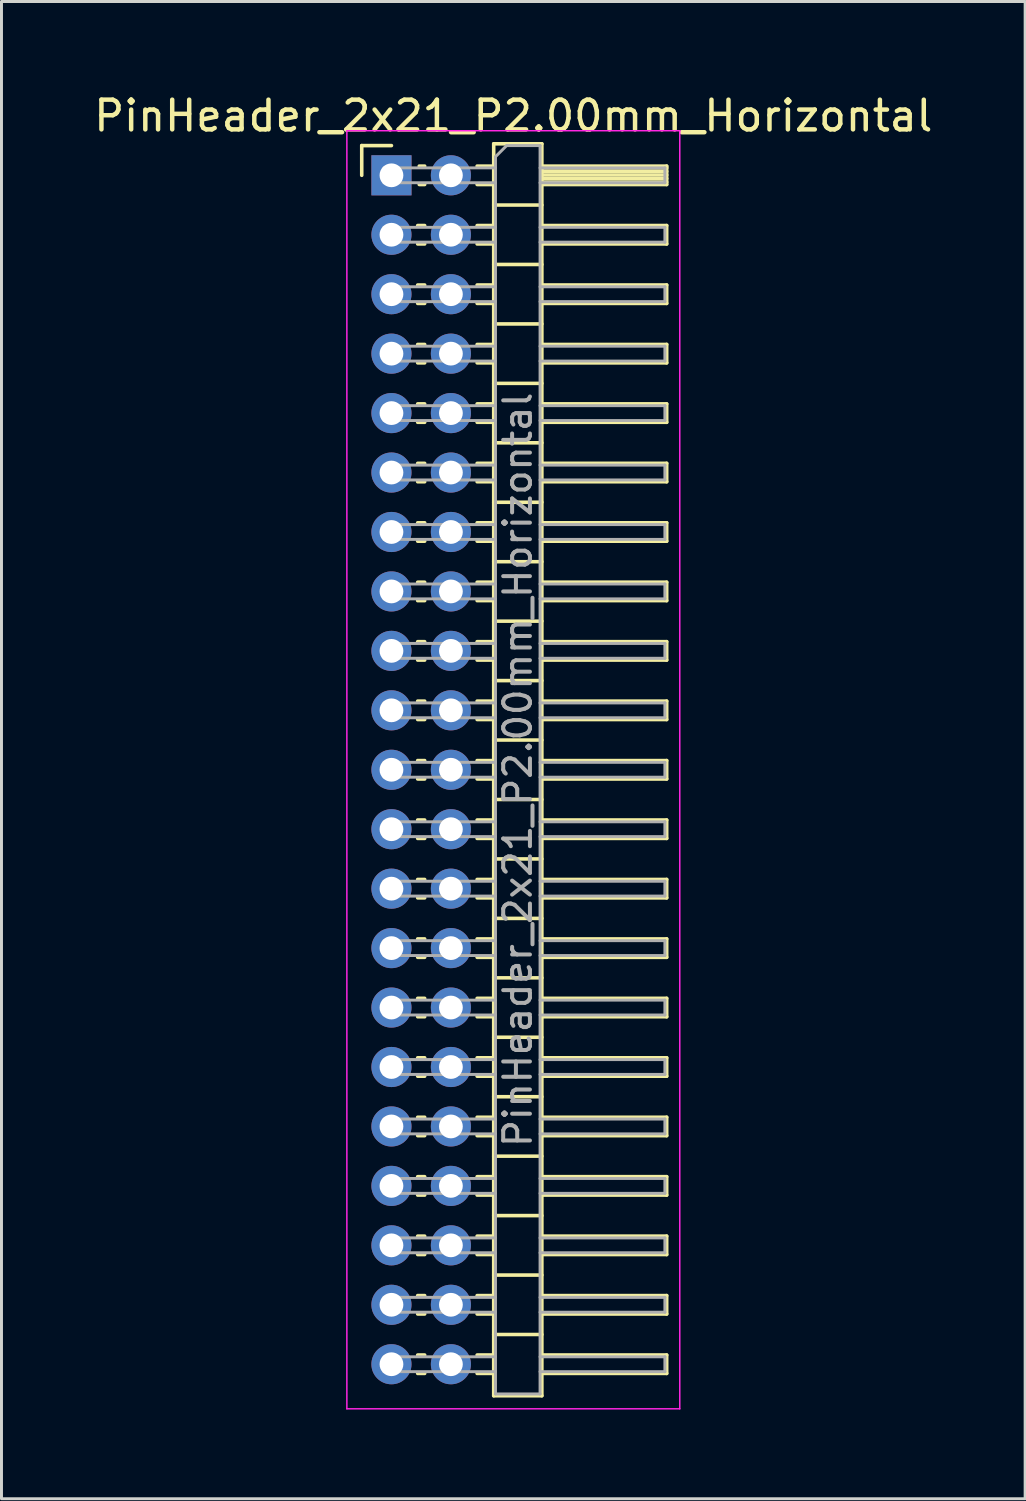
<source format=kicad_pcb>
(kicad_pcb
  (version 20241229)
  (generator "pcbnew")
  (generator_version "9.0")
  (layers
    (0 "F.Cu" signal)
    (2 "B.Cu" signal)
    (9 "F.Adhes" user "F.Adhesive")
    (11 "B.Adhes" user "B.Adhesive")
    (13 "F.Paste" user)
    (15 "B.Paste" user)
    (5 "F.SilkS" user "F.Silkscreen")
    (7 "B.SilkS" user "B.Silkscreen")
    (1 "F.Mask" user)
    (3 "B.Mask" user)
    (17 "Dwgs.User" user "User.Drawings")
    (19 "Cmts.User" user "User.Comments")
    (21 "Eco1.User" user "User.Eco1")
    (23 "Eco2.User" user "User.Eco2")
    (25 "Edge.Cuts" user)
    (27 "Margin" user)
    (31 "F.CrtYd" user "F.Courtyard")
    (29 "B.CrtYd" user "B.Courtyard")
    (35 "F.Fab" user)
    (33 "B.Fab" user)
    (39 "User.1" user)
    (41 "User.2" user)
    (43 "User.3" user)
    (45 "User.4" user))
  (footprint "PinHeader_2x21_P2.00mm_Horizontal"
    (layer "F.Cu")
    (at 10.12 2.848)
    (property "Reference" "PinHeader_2x21_P2.00mm_Horizontal" (at 4.1 -2 0) (layer "F.SilkS") (effects (font (size 1 1) (thickness 0.15))))
    (attr through_hole)
    (fp_line (start -1 -1) (end 0 -1) (stroke (width 0.12) (type solid)) (layer "F.SilkS"))
    (fp_line (start -1 0) (end -1 -1) (stroke (width 0.12) (type solid)) (layer "F.SilkS"))
    (fp_line (start 0.882 1.69) (end 1.118 1.69) (stroke (width 0.12) (type solid)) (layer "F.SilkS"))
    (fp_line (start 0.882 2.31) (end 1.118 2.31) (stroke (width 0.12) (type solid)) (layer "F.SilkS"))
    (fp_line (start 0.882 3.69) (end 1.118 3.69) (stroke (width 0.12) (type solid)) (layer "F.SilkS"))
    (fp_line (start 0.882 4.31) (end 1.118 4.31) (stroke (width 0.12) (type solid)) (layer "F.SilkS"))
    (fp_line (start 0.882 5.69) (end 1.118 5.69) (stroke (width 0.12) (type solid)) (layer "F.SilkS"))
    (fp_line (start 0.882 6.31) (end 1.118 6.31) (stroke (width 0.12) (type solid)) (layer "F.SilkS"))
    (fp_line (start 0.882 7.69) (end 1.118 7.69) (stroke (width 0.12) (type solid)) (layer "F.SilkS"))
    (fp_line (start 0.882 8.31) (end 1.118 8.31) (stroke (width 0.12) (type solid)) (layer "F.SilkS"))
    (fp_line (start 0.882 9.69) (end 1.118 9.69) (stroke (width 0.12) (type solid)) (layer "F.SilkS"))
    (fp_line (start 0.882 10.31) (end 1.118 10.31) (stroke (width 0.12) (type solid)) (layer "F.SilkS"))
    (fp_line (start 0.882 11.69) (end 1.118 11.69) (stroke (width 0.12) (type solid)) (layer "F.SilkS"))
    (fp_line (start 0.882 12.31) (end 1.118 12.31) (stroke (width 0.12) (type solid)) (layer "F.SilkS"))
    (fp_line (start 0.882 13.69) (end 1.118 13.69) (stroke (width 0.12) (type solid)) (layer "F.SilkS"))
    (fp_line (start 0.882 14.31) (end 1.118 14.31) (stroke (width 0.12) (type solid)) (layer "F.SilkS"))
    (fp_line (start 0.882 15.69) (end 1.118 15.69) (stroke (width 0.12) (type solid)) (layer "F.SilkS"))
    (fp_line (start 0.882 16.31) (end 1.118 16.31) (stroke (width 0.12) (type solid)) (layer "F.SilkS"))
    (fp_line (start 0.882 17.69) (end 1.118 17.69) (stroke (width 0.12) (type solid)) (layer "F.SilkS"))
    (fp_line (start 0.882 18.31) (end 1.118 18.31) (stroke (width 0.12) (type solid)) (layer "F.SilkS"))
    (fp_line (start 0.882 19.69) (end 1.118 19.69) (stroke (width 0.12) (type solid)) (layer "F.SilkS"))
    (fp_line (start 0.882 20.31) (end 1.118 20.31) (stroke (width 0.12) (type solid)) (layer "F.SilkS"))
    (fp_line (start 0.882 21.69) (end 1.118 21.69) (stroke (width 0.12) (type solid)) (layer "F.SilkS"))
    (fp_line (start 0.882 22.31) (end 1.118 22.31) (stroke (width 0.12) (type solid)) (layer "F.SilkS"))
    (fp_line (start 0.882 23.69) (end 1.118 23.69) (stroke (width 0.12) (type solid)) (layer "F.SilkS"))
    (fp_line (start 0.882 24.31) (end 1.118 24.31) (stroke (width 0.12) (type solid)) (layer "F.SilkS"))
    (fp_line (start 0.882 25.69) (end 1.118 25.69) (stroke (width 0.12) (type solid)) (layer "F.SilkS"))
    (fp_line (start 0.882 26.31) (end 1.118 26.31) (stroke (width 0.12) (type solid)) (layer "F.SilkS"))
    (fp_line (start 0.882 27.69) (end 1.118 27.69) (stroke (width 0.12) (type solid)) (layer "F.SilkS"))
    (fp_line (start 0.882 28.31) (end 1.118 28.31) (stroke (width 0.12) (type solid)) (layer "F.SilkS"))
    (fp_line (start 0.882 29.69) (end 1.118 29.69) (stroke (width 0.12) (type solid)) (layer "F.SilkS"))
    (fp_line (start 0.882 30.31) (end 1.118 30.31) (stroke (width 0.12) (type solid)) (layer "F.SilkS"))
    (fp_line (start 0.882 31.69) (end 1.118 31.69) (stroke (width 0.12) (type solid)) (layer "F.SilkS"))
    (fp_line (start 0.882 32.31) (end 1.118 32.31) (stroke (width 0.12) (type solid)) (layer "F.SilkS"))
    (fp_line (start 0.882 33.69) (end 1.118 33.69) (stroke (width 0.12) (type solid)) (layer "F.SilkS"))
    (fp_line (start 0.882 34.31) (end 1.118 34.31) (stroke (width 0.12) (type solid)) (layer "F.SilkS"))
    (fp_line (start 0.882 35.69) (end 1.118 35.69) (stroke (width 0.12) (type solid)) (layer "F.SilkS"))
    (fp_line (start 0.882 36.31) (end 1.118 36.31) (stroke (width 0.12) (type solid)) (layer "F.SilkS"))
    (fp_line (start 0.882 37.69) (end 1.118 37.69) (stroke (width 0.12) (type solid)) (layer "F.SilkS"))
    (fp_line (start 0.882 38.31) (end 1.118 38.31) (stroke (width 0.12) (type solid)) (layer "F.SilkS"))
    (fp_line (start 0.882 39.69) (end 1.118 39.69) (stroke (width 0.12) (type solid)) (layer "F.SilkS"))
    (fp_line (start 0.882 40.31) (end 1.118 40.31) (stroke (width 0.12) (type solid)) (layer "F.SilkS"))
    (fp_line (start 0.935 -0.31) (end 1.118 -0.31) (stroke (width 0.12) (type solid)) (layer "F.SilkS"))
    (fp_line (start 0.935 0.31) (end 1.118 0.31) (stroke (width 0.12) (type solid)) (layer "F.SilkS"))
    (fp_line (start 2.882 -0.31) (end 3.44 -0.31) (stroke (width 0.12) (type solid)) (layer "F.SilkS"))
    (fp_line (start 2.882 0.31) (end 3.44 0.31) (stroke (width 0.12) (type solid)) (layer "F.SilkS"))
    (fp_line (start 2.882 1.69) (end 3.44 1.69) (stroke (width 0.12) (type solid)) (layer "F.SilkS"))
    (fp_line (start 2.882 2.31) (end 3.44 2.31) (stroke (width 0.12) (type solid)) (layer "F.SilkS"))
    (fp_line (start 2.882 3.69) (end 3.44 3.69) (stroke (width 0.12) (type solid)) (layer "F.SilkS"))
    (fp_line (start 2.882 4.31) (end 3.44 4.31) (stroke (width 0.12) (type solid)) (layer "F.SilkS"))
    (fp_line (start 2.882 5.69) (end 3.44 5.69) (stroke (width 0.12) (type solid)) (layer "F.SilkS"))
    (fp_line (start 2.882 6.31) (end 3.44 6.31) (stroke (width 0.12) (type solid)) (layer "F.SilkS"))
    (fp_line (start 2.882 7.69) (end 3.44 7.69) (stroke (width 0.12) (type solid)) (layer "F.SilkS"))
    (fp_line (start 2.882 8.31) (end 3.44 8.31) (stroke (width 0.12) (type solid)) (layer "F.SilkS"))
    (fp_line (start 2.882 9.69) (end 3.44 9.69) (stroke (width 0.12) (type solid)) (layer "F.SilkS"))
    (fp_line (start 2.882 10.31) (end 3.44 10.31) (stroke (width 0.12) (type solid)) (layer "F.SilkS"))
    (fp_line (start 2.882 11.69) (end 3.44 11.69) (stroke (width 0.12) (type solid)) (layer "F.SilkS"))
    (fp_line (start 2.882 12.31) (end 3.44 12.31) (stroke (width 0.12) (type solid)) (layer "F.SilkS"))
    (fp_line (start 2.882 13.69) (end 3.44 13.69) (stroke (width 0.12) (type solid)) (layer "F.SilkS"))
    (fp_line (start 2.882 14.31) (end 3.44 14.31) (stroke (width 0.12) (type solid)) (layer "F.SilkS"))
    (fp_line (start 2.882 15.69) (end 3.44 15.69) (stroke (width 0.12) (type solid)) (layer "F.SilkS"))
    (fp_line (start 2.882 16.31) (end 3.44 16.31) (stroke (width 0.12) (type solid)) (layer "F.SilkS"))
    (fp_line (start 2.882 17.69) (end 3.44 17.69) (stroke (width 0.12) (type solid)) (layer "F.SilkS"))
    (fp_line (start 2.882 18.31) (end 3.44 18.31) (stroke (width 0.12) (type solid)) (layer "F.SilkS"))
    (fp_line (start 2.882 19.69) (end 3.44 19.69) (stroke (width 0.12) (type solid)) (layer "F.SilkS"))
    (fp_line (start 2.882 20.31) (end 3.44 20.31) (stroke (width 0.12) (type solid)) (layer "F.SilkS"))
    (fp_line (start 2.882 21.69) (end 3.44 21.69) (stroke (width 0.12) (type solid)) (layer "F.SilkS"))
    (fp_line (start 2.882 22.31) (end 3.44 22.31) (stroke (width 0.12) (type solid)) (layer "F.SilkS"))
    (fp_line (start 2.882 23.69) (end 3.44 23.69) (stroke (width 0.12) (type solid)) (layer "F.SilkS"))
    (fp_line (start 2.882 24.31) (end 3.44 24.31) (stroke (width 0.12) (type solid)) (layer "F.SilkS"))
    (fp_line (start 2.882 25.69) (end 3.44 25.69) (stroke (width 0.12) (type solid)) (layer "F.SilkS"))
    (fp_line (start 2.882 26.31) (end 3.44 26.31) (stroke (width 0.12) (type solid)) (layer "F.SilkS"))
    (fp_line (start 2.882 27.69) (end 3.44 27.69) (stroke (width 0.12) (type solid)) (layer "F.SilkS"))
    (fp_line (start 2.882 28.31) (end 3.44 28.31) (stroke (width 0.12) (type solid)) (layer "F.SilkS"))
    (fp_line (start 2.882 29.69) (end 3.44 29.69) (stroke (width 0.12) (type solid)) (layer "F.SilkS"))
    (fp_line (start 2.882 30.31) (end 3.44 30.31) (stroke (width 0.12) (type solid)) (layer "F.SilkS"))
    (fp_line (start 2.882 31.69) (end 3.44 31.69) (stroke (width 0.12) (type solid)) (layer "F.SilkS"))
    (fp_line (start 2.882 32.31) (end 3.44 32.31) (stroke (width 0.12) (type solid)) (layer "F.SilkS"))
    (fp_line (start 2.882 33.69) (end 3.44 33.69) (stroke (width 0.12) (type solid)) (layer "F.SilkS"))
    (fp_line (start 2.882 34.31) (end 3.44 34.31) (stroke (width 0.12) (type solid)) (layer "F.SilkS"))
    (fp_line (start 2.882 35.69) (end 3.44 35.69) (stroke (width 0.12) (type solid)) (layer "F.SilkS"))
    (fp_line (start 2.882 36.31) (end 3.44 36.31) (stroke (width 0.12) (type solid)) (layer "F.SilkS"))
    (fp_line (start 2.882 37.69) (end 3.44 37.69) (stroke (width 0.12) (type solid)) (layer "F.SilkS"))
    (fp_line (start 2.882 38.31) (end 3.44 38.31) (stroke (width 0.12) (type solid)) (layer "F.SilkS"))
    (fp_line (start 2.882 39.69) (end 3.44 39.69) (stroke (width 0.12) (type solid)) (layer "F.SilkS"))
    (fp_line (start 2.882 40.31) (end 3.44 40.31) (stroke (width 0.12) (type solid)) (layer "F.SilkS"))
    (fp_line (start 3.44 -1.06) (end 3.44 41.06) (stroke (width 0.12) (type solid)) (layer "F.SilkS"))
    (fp_line (start 3.44 1) (end 5.06 1) (stroke (width 0.12) (type solid)) (layer "F.SilkS"))
    (fp_line (start 3.44 3) (end 5.06 3) (stroke (width 0.12) (type solid)) (layer "F.SilkS"))
    (fp_line (start 3.44 5) (end 5.06 5) (stroke (width 0.12) (type solid)) (layer "F.SilkS"))
    (fp_line (start 3.44 7) (end 5.06 7) (stroke (width 0.12) (type solid)) (layer "F.SilkS"))
    (fp_line (start 3.44 9) (end 5.06 9) (stroke (width 0.12) (type solid)) (layer "F.SilkS"))
    (fp_line (start 3.44 11) (end 5.06 11) (stroke (width 0.12) (type solid)) (layer "F.SilkS"))
    (fp_line (start 3.44 13) (end 5.06 13) (stroke (width 0.12) (type solid)) (layer "F.SilkS"))
    (fp_line (start 3.44 15) (end 5.06 15) (stroke (width 0.12) (type solid)) (layer "F.SilkS"))
    (fp_line (start 3.44 17) (end 5.06 17) (stroke (width 0.12) (type solid)) (layer "F.SilkS"))
    (fp_line (start 3.44 19) (end 5.06 19) (stroke (width 0.12) (type solid)) (layer "F.SilkS"))
    (fp_line (start 3.44 21) (end 5.06 21) (stroke (width 0.12) (type solid)) (layer "F.SilkS"))
    (fp_line (start 3.44 23) (end 5.06 23) (stroke (width 0.12) (type solid)) (layer "F.SilkS"))
    (fp_line (start 3.44 25) (end 5.06 25) (stroke (width 0.12) (type solid)) (layer "F.SilkS"))
    (fp_line (start 3.44 27) (end 5.06 27) (stroke (width 0.12) (type solid)) (layer "F.SilkS"))
    (fp_line (start 3.44 29) (end 5.06 29) (stroke (width 0.12) (type solid)) (layer "F.SilkS"))
    (fp_line (start 3.44 31) (end 5.06 31) (stroke (width 0.12) (type solid)) (layer "F.SilkS"))
    (fp_line (start 3.44 33) (end 5.06 33) (stroke (width 0.12) (type solid)) (layer "F.SilkS"))
    (fp_line (start 3.44 35) (end 5.06 35) (stroke (width 0.12) (type solid)) (layer "F.SilkS"))
    (fp_line (start 3.44 37) (end 5.06 37) (stroke (width 0.12) (type solid)) (layer "F.SilkS"))
    (fp_line (start 3.44 39) (end 5.06 39) (stroke (width 0.12) (type solid)) (layer "F.SilkS"))
    (fp_line (start 3.44 41.06) (end 5.06 41.06) (stroke (width 0.12) (type solid)) (layer "F.SilkS"))
    (fp_line (start 5.06 -1.06) (end 3.44 -1.06) (stroke (width 0.12) (type solid)) (layer "F.SilkS"))
    (fp_line (start 5.06 -0.31) (end 9.26 -0.31) (stroke (width 0.12) (type solid)) (layer "F.SilkS"))
    (fp_line (start 5.06 -0.25) (end 9.26 -0.25) (stroke (width 0.12) (type solid)) (layer "F.SilkS"))
    (fp_line (start 5.06 -0.13) (end 9.26 -0.13) (stroke (width 0.12) (type solid)) (layer "F.SilkS"))
    (fp_line (start 5.06 -0.01) (end 9.26 -0.01) (stroke (width 0.12) (type solid)) (layer "F.SilkS"))
    (fp_line (start 5.06 0.11) (end 9.26 0.11) (stroke (width 0.12) (type solid)) (layer "F.SilkS"))
    (fp_line (start 5.06 0.23) (end 9.26 0.23) (stroke (width 0.12) (type solid)) (layer "F.SilkS"))
    (fp_line (start 5.06 1.69) (end 9.26 1.69) (stroke (width 0.12) (type solid)) (layer "F.SilkS"))
    (fp_line (start 5.06 3.69) (end 9.26 3.69) (stroke (width 0.12) (type solid)) (layer "F.SilkS"))
    (fp_line (start 5.06 5.69) (end 9.26 5.69) (stroke (width 0.12) (type solid)) (layer "F.SilkS"))
    (fp_line (start 5.06 7.69) (end 9.26 7.69) (stroke (width 0.12) (type solid)) (layer "F.SilkS"))
    (fp_line (start 5.06 9.69) (end 9.26 9.69) (stroke (width 0.12) (type solid)) (layer "F.SilkS"))
    (fp_line (start 5.06 11.69) (end 9.26 11.69) (stroke (width 0.12) (type solid)) (layer "F.SilkS"))
    (fp_line (start 5.06 13.69) (end 9.26 13.69) (stroke (width 0.12) (type solid)) (layer "F.SilkS"))
    (fp_line (start 5.06 15.69) (end 9.26 15.69) (stroke (width 0.12) (type solid)) (layer "F.SilkS"))
    (fp_line (start 5.06 17.69) (end 9.26 17.69) (stroke (width 0.12) (type solid)) (layer "F.SilkS"))
    (fp_line (start 5.06 19.69) (end 9.26 19.69) (stroke (width 0.12) (type solid)) (layer "F.SilkS"))
    (fp_line (start 5.06 21.69) (end 9.26 21.69) (stroke (width 0.12) (type solid)) (layer "F.SilkS"))
    (fp_line (start 5.06 23.69) (end 9.26 23.69) (stroke (width 0.12) (type solid)) (layer "F.SilkS"))
    (fp_line (start 5.06 25.69) (end 9.26 25.69) (stroke (width 0.12) (type solid)) (layer "F.SilkS"))
    (fp_line (start 5.06 27.69) (end 9.26 27.69) (stroke (width 0.12) (type solid)) (layer "F.SilkS"))
    (fp_line (start 5.06 29.69) (end 9.26 29.69) (stroke (width 0.12) (type solid)) (layer "F.SilkS"))
    (fp_line (start 5.06 31.69) (end 9.26 31.69) (stroke (width 0.12) (type solid)) (layer "F.SilkS"))
    (fp_line (start 5.06 33.69) (end 9.26 33.69) (stroke (width 0.12) (type solid)) (layer "F.SilkS"))
    (fp_line (start 5.06 35.69) (end 9.26 35.69) (stroke (width 0.12) (type solid)) (layer "F.SilkS"))
    (fp_line (start 5.06 37.69) (end 9.26 37.69) (stroke (width 0.12) (type solid)) (layer "F.SilkS"))
    (fp_line (start 5.06 39.69) (end 9.26 39.69) (stroke (width 0.12) (type solid)) (layer "F.SilkS"))
    (fp_line (start 5.06 41.06) (end 5.06 -1.06) (stroke (width 0.12) (type solid)) (layer "F.SilkS"))
    (fp_line (start 9.26 -0.31) (end 9.26 0.31) (stroke (width 0.12) (type solid)) (layer "F.SilkS"))
    (fp_line (start 9.26 0.31) (end 5.06 0.31) (stroke (width 0.12) (type solid)) (layer "F.SilkS"))
    (fp_line (start 9.26 1.69) (end 9.26 2.31) (stroke (width 0.12) (type solid)) (layer "F.SilkS"))
    (fp_line (start 9.26 2.31) (end 5.06 2.31) (stroke (width 0.12) (type solid)) (layer "F.SilkS"))
    (fp_line (start 9.26 3.69) (end 9.26 4.31) (stroke (width 0.12) (type solid)) (layer "F.SilkS"))
    (fp_line (start 9.26 4.31) (end 5.06 4.31) (stroke (width 0.12) (type solid)) (layer "F.SilkS"))
    (fp_line (start 9.26 5.69) (end 9.26 6.31) (stroke (width 0.12) (type solid)) (layer "F.SilkS"))
    (fp_line (start 9.26 6.31) (end 5.06 6.31) (stroke (width 0.12) (type solid)) (layer "F.SilkS"))
    (fp_line (start 9.26 7.69) (end 9.26 8.31) (stroke (width 0.12) (type solid)) (layer "F.SilkS"))
    (fp_line (start 9.26 8.31) (end 5.06 8.31) (stroke (width 0.12) (type solid)) (layer "F.SilkS"))
    (fp_line (start 9.26 9.69) (end 9.26 10.31) (stroke (width 0.12) (type solid)) (layer "F.SilkS"))
    (fp_line (start 9.26 10.31) (end 5.06 10.31) (stroke (width 0.12) (type solid)) (layer "F.SilkS"))
    (fp_line (start 9.26 11.69) (end 9.26 12.31) (stroke (width 0.12) (type solid)) (layer "F.SilkS"))
    (fp_line (start 9.26 12.31) (end 5.06 12.31) (stroke (width 0.12) (type solid)) (layer "F.SilkS"))
    (fp_line (start 9.26 13.69) (end 9.26 14.31) (stroke (width 0.12) (type solid)) (layer "F.SilkS"))
    (fp_line (start 9.26 14.31) (end 5.06 14.31) (stroke (width 0.12) (type solid)) (layer "F.SilkS"))
    (fp_line (start 9.26 15.69) (end 9.26 16.31) (stroke (width 0.12) (type solid)) (layer "F.SilkS"))
    (fp_line (start 9.26 16.31) (end 5.06 16.31) (stroke (width 0.12) (type solid)) (layer "F.SilkS"))
    (fp_line (start 9.26 17.69) (end 9.26 18.31) (stroke (width 0.12) (type solid)) (layer "F.SilkS"))
    (fp_line (start 9.26 18.31) (end 5.06 18.31) (stroke (width 0.12) (type solid)) (layer "F.SilkS"))
    (fp_line (start 9.26 19.69) (end 9.26 20.31) (stroke (width 0.12) (type solid)) (layer "F.SilkS"))
    (fp_line (start 9.26 20.31) (end 5.06 20.31) (stroke (width 0.12) (type solid)) (layer "F.SilkS"))
    (fp_line (start 9.26 21.69) (end 9.26 22.31) (stroke (width 0.12) (type solid)) (layer "F.SilkS"))
    (fp_line (start 9.26 22.31) (end 5.06 22.31) (stroke (width 0.12) (type solid)) (layer "F.SilkS"))
    (fp_line (start 9.26 23.69) (end 9.26 24.31) (stroke (width 0.12) (type solid)) (layer "F.SilkS"))
    (fp_line (start 9.26 24.31) (end 5.06 24.31) (stroke (width 0.12) (type solid)) (layer "F.SilkS"))
    (fp_line (start 9.26 25.69) (end 9.26 26.31) (stroke (width 0.12) (type solid)) (layer "F.SilkS"))
    (fp_line (start 9.26 26.31) (end 5.06 26.31) (stroke (width 0.12) (type solid)) (layer "F.SilkS"))
    (fp_line (start 9.26 27.69) (end 9.26 28.31) (stroke (width 0.12) (type solid)) (layer "F.SilkS"))
    (fp_line (start 9.26 28.31) (end 5.06 28.31) (stroke (width 0.12) (type solid)) (layer "F.SilkS"))
    (fp_line (start 9.26 29.69) (end 9.26 30.31) (stroke (width 0.12) (type solid)) (layer "F.SilkS"))
    (fp_line (start 9.26 30.31) (end 5.06 30.31) (stroke (width 0.12) (type solid)) (layer "F.SilkS"))
    (fp_line (start 9.26 31.69) (end 9.26 32.31) (stroke (width 0.12) (type solid)) (layer "F.SilkS"))
    (fp_line (start 9.26 32.31) (end 5.06 32.31) (stroke (width 0.12) (type solid)) (layer "F.SilkS"))
    (fp_line (start 9.26 33.69) (end 9.26 34.31) (stroke (width 0.12) (type solid)) (layer "F.SilkS"))
    (fp_line (start 9.26 34.31) (end 5.06 34.31) (stroke (width 0.12) (type solid)) (layer "F.SilkS"))
    (fp_line (start 9.26 35.69) (end 9.26 36.31) (stroke (width 0.12) (type solid)) (layer "F.SilkS"))
    (fp_line (start 9.26 36.31) (end 5.06 36.31) (stroke (width 0.12) (type solid)) (layer "F.SilkS"))
    (fp_line (start 9.26 37.69) (end 9.26 38.31) (stroke (width 0.12) (type solid)) (layer "F.SilkS"))
    (fp_line (start 9.26 38.31) (end 5.06 38.31) (stroke (width 0.12) (type solid)) (layer "F.SilkS"))
    (fp_line (start 9.26 39.69) (end 9.26 40.31) (stroke (width 0.12) (type solid)) (layer "F.SilkS"))
    (fp_line (start 9.26 40.31) (end 5.06 40.31) (stroke (width 0.12) (type solid)) (layer "F.SilkS"))
    (fp_line (start -1.5 -1.5) (end -1.5 41.5) (stroke (width 0.05) (type solid)) (layer "F.CrtYd"))
    (fp_line (start -1.5 41.5) (end 9.7 41.5) (stroke (width 0.05) (type solid)) (layer "F.CrtYd"))
    (fp_line (start 9.7 -1.5) (end -1.5 -1.5) (stroke (width 0.05) (type solid)) (layer "F.CrtYd"))
    (fp_line (start 9.7 41.5) (end 9.7 -1.5) (stroke (width 0.05) (type solid)) (layer "F.CrtYd"))
    (fp_line (start -0.25 -0.25) (end -0.25 0.25) (stroke (width 0.1) (type solid)) (layer "F.Fab"))
    (fp_line (start -0.25 -0.25) (end 3.5 -0.25) (stroke (width 0.1) (type solid)) (layer "F.Fab"))
    (fp_line (start -0.25 0.25) (end 3.5 0.25) (stroke (width 0.1) (type solid)) (layer "F.Fab"))
    (fp_line (start -0.25 1.75) (end -0.25 2.25) (stroke (width 0.1) (type solid)) (layer "F.Fab"))
    (fp_line (start -0.25 1.75) (end 3.5 1.75) (stroke (width 0.1) (type solid)) (layer "F.Fab"))
    (fp_line (start -0.25 2.25) (end 3.5 2.25) (stroke (width 0.1) (type solid)) (layer "F.Fab"))
    (fp_line (start -0.25 3.75) (end -0.25 4.25) (stroke (width 0.1) (type solid)) (layer "F.Fab"))
    (fp_line (start -0.25 3.75) (end 3.5 3.75) (stroke (width 0.1) (type solid)) (layer "F.Fab"))
    (fp_line (start -0.25 4.25) (end 3.5 4.25) (stroke (width 0.1) (type solid)) (layer "F.Fab"))
    (fp_line (start -0.25 5.75) (end -0.25 6.25) (stroke (width 0.1) (type solid)) (layer "F.Fab"))
    (fp_line (start -0.25 5.75) (end 3.5 5.75) (stroke (width 0.1) (type solid)) (layer "F.Fab"))
    (fp_line (start -0.25 6.25) (end 3.5 6.25) (stroke (width 0.1) (type solid)) (layer "F.Fab"))
    (fp_line (start -0.25 7.75) (end -0.25 8.25) (stroke (width 0.1) (type solid)) (layer "F.Fab"))
    (fp_line (start -0.25 7.75) (end 3.5 7.75) (stroke (width 0.1) (type solid)) (layer "F.Fab"))
    (fp_line (start -0.25 8.25) (end 3.5 8.25) (stroke (width 0.1) (type solid)) (layer "F.Fab"))
    (fp_line (start -0.25 9.75) (end -0.25 10.25) (stroke (width 0.1) (type solid)) (layer "F.Fab"))
    (fp_line (start -0.25 9.75) (end 3.5 9.75) (stroke (width 0.1) (type solid)) (layer "F.Fab"))
    (fp_line (start -0.25 10.25) (end 3.5 10.25) (stroke (width 0.1) (type solid)) (layer "F.Fab"))
    (fp_line (start -0.25 11.75) (end -0.25 12.25) (stroke (width 0.1) (type solid)) (layer "F.Fab"))
    (fp_line (start -0.25 11.75) (end 3.5 11.75) (stroke (width 0.1) (type solid)) (layer "F.Fab"))
    (fp_line (start -0.25 12.25) (end 3.5 12.25) (stroke (width 0.1) (type solid)) (layer "F.Fab"))
    (fp_line (start -0.25 13.75) (end -0.25 14.25) (stroke (width 0.1) (type solid)) (layer "F.Fab"))
    (fp_line (start -0.25 13.75) (end 3.5 13.75) (stroke (width 0.1) (type solid)) (layer "F.Fab"))
    (fp_line (start -0.25 14.25) (end 3.5 14.25) (stroke (width 0.1) (type solid)) (layer "F.Fab"))
    (fp_line (start -0.25 15.75) (end -0.25 16.25) (stroke (width 0.1) (type solid)) (layer "F.Fab"))
    (fp_line (start -0.25 15.75) (end 3.5 15.75) (stroke (width 0.1) (type solid)) (layer "F.Fab"))
    (fp_line (start -0.25 16.25) (end 3.5 16.25) (stroke (width 0.1) (type solid)) (layer "F.Fab"))
    (fp_line (start -0.25 17.75) (end -0.25 18.25) (stroke (width 0.1) (type solid)) (layer "F.Fab"))
    (fp_line (start -0.25 17.75) (end 3.5 17.75) (stroke (width 0.1) (type solid)) (layer "F.Fab"))
    (fp_line (start -0.25 18.25) (end 3.5 18.25) (stroke (width 0.1) (type solid)) (layer "F.Fab"))
    (fp_line (start -0.25 19.75) (end -0.25 20.25) (stroke (width 0.1) (type solid)) (layer "F.Fab"))
    (fp_line (start -0.25 19.75) (end 3.5 19.75) (stroke (width 0.1) (type solid)) (layer "F.Fab"))
    (fp_line (start -0.25 20.25) (end 3.5 20.25) (stroke (width 0.1) (type solid)) (layer "F.Fab"))
    (fp_line (start -0.25 21.75) (end -0.25 22.25) (stroke (width 0.1) (type solid)) (layer "F.Fab"))
    (fp_line (start -0.25 21.75) (end 3.5 21.75) (stroke (width 0.1) (type solid)) (layer "F.Fab"))
    (fp_line (start -0.25 22.25) (end 3.5 22.25) (stroke (width 0.1) (type solid)) (layer "F.Fab"))
    (fp_line (start -0.25 23.75) (end -0.25 24.25) (stroke (width 0.1) (type solid)) (layer "F.Fab"))
    (fp_line (start -0.25 23.75) (end 3.5 23.75) (stroke (width 0.1) (type solid)) (layer "F.Fab"))
    (fp_line (start -0.25 24.25) (end 3.5 24.25) (stroke (width 0.1) (type solid)) (layer "F.Fab"))
    (fp_line (start -0.25 25.75) (end -0.25 26.25) (stroke (width 0.1) (type solid)) (layer "F.Fab"))
    (fp_line (start -0.25 25.75) (end 3.5 25.75) (stroke (width 0.1) (type solid)) (layer "F.Fab"))
    (fp_line (start -0.25 26.25) (end 3.5 26.25) (stroke (width 0.1) (type solid)) (layer "F.Fab"))
    (fp_line (start -0.25 27.75) (end -0.25 28.25) (stroke (width 0.1) (type solid)) (layer "F.Fab"))
    (fp_line (start -0.25 27.75) (end 3.5 27.75) (stroke (width 0.1) (type solid)) (layer "F.Fab"))
    (fp_line (start -0.25 28.25) (end 3.5 28.25) (stroke (width 0.1) (type solid)) (layer "F.Fab"))
    (fp_line (start -0.25 29.75) (end -0.25 30.25) (stroke (width 0.1) (type solid)) (layer "F.Fab"))
    (fp_line (start -0.25 29.75) (end 3.5 29.75) (stroke (width 0.1) (type solid)) (layer "F.Fab"))
    (fp_line (start -0.25 30.25) (end 3.5 30.25) (stroke (width 0.1) (type solid)) (layer "F.Fab"))
    (fp_line (start -0.25 31.75) (end -0.25 32.25) (stroke (width 0.1) (type solid)) (layer "F.Fab"))
    (fp_line (start -0.25 31.75) (end 3.5 31.75) (stroke (width 0.1) (type solid)) (layer "F.Fab"))
    (fp_line (start -0.25 32.25) (end 3.5 32.25) (stroke (width 0.1) (type solid)) (layer "F.Fab"))
    (fp_line (start -0.25 33.75) (end -0.25 34.25) (stroke (width 0.1) (type solid)) (layer "F.Fab"))
    (fp_line (start -0.25 33.75) (end 3.5 33.75) (stroke (width 0.1) (type solid)) (layer "F.Fab"))
    (fp_line (start -0.25 34.25) (end 3.5 34.25) (stroke (width 0.1) (type solid)) (layer "F.Fab"))
    (fp_line (start -0.25 35.75) (end -0.25 36.25) (stroke (width 0.1) (type solid)) (layer "F.Fab"))
    (fp_line (start -0.25 35.75) (end 3.5 35.75) (stroke (width 0.1) (type solid)) (layer "F.Fab"))
    (fp_line (start -0.25 36.25) (end 3.5 36.25) (stroke (width 0.1) (type solid)) (layer "F.Fab"))
    (fp_line (start -0.25 37.75) (end -0.25 38.25) (stroke (width 0.1) (type solid)) (layer "F.Fab"))
    (fp_line (start -0.25 37.75) (end 3.5 37.75) (stroke (width 0.1) (type solid)) (layer "F.Fab"))
    (fp_line (start -0.25 38.25) (end 3.5 38.25) (stroke (width 0.1) (type solid)) (layer "F.Fab"))
    (fp_line (start -0.25 39.75) (end -0.25 40.25) (stroke (width 0.1) (type solid)) (layer "F.Fab"))
    (fp_line (start -0.25 39.75) (end 3.5 39.75) (stroke (width 0.1) (type solid)) (layer "F.Fab"))
    (fp_line (start -0.25 40.25) (end 3.5 40.25) (stroke (width 0.1) (type solid)) (layer "F.Fab"))
    (fp_line (start 3.5 -0.625) (end 3.875 -1) (stroke (width 0.1) (type solid)) (layer "F.Fab"))
    (fp_line (start 3.5 41) (end 3.5 -0.625) (stroke (width 0.1) (type solid)) (layer "F.Fab"))
    (fp_line (start 3.875 -1) (end 5 -1) (stroke (width 0.1) (type solid)) (layer "F.Fab"))
    (fp_line (start 5 -1) (end 5 41) (stroke (width 0.1) (type solid)) (layer "F.Fab"))
    (fp_line (start 5 -0.25) (end 9.2 -0.25) (stroke (width 0.1) (type solid)) (layer "F.Fab"))
    (fp_line (start 5 0.25) (end 9.2 0.25) (stroke (width 0.1) (type solid)) (layer "F.Fab"))
    (fp_line (start 5 1.75) (end 9.2 1.75) (stroke (width 0.1) (type solid)) (layer "F.Fab"))
    (fp_line (start 5 2.25) (end 9.2 2.25) (stroke (width 0.1) (type solid)) (layer "F.Fab"))
    (fp_line (start 5 3.75) (end 9.2 3.75) (stroke (width 0.1) (type solid)) (layer "F.Fab"))
    (fp_line (start 5 4.25) (end 9.2 4.25) (stroke (width 0.1) (type solid)) (layer "F.Fab"))
    (fp_line (start 5 5.75) (end 9.2 5.75) (stroke (width 0.1) (type solid)) (layer "F.Fab"))
    (fp_line (start 5 6.25) (end 9.2 6.25) (stroke (width 0.1) (type solid)) (layer "F.Fab"))
    (fp_line (start 5 7.75) (end 9.2 7.75) (stroke (width 0.1) (type solid)) (layer "F.Fab"))
    (fp_line (start 5 8.25) (end 9.2 8.25) (stroke (width 0.1) (type solid)) (layer "F.Fab"))
    (fp_line (start 5 9.75) (end 9.2 9.75) (stroke (width 0.1) (type solid)) (layer "F.Fab"))
    (fp_line (start 5 10.25) (end 9.2 10.25) (stroke (width 0.1) (type solid)) (layer "F.Fab"))
    (fp_line (start 5 11.75) (end 9.2 11.75) (stroke (width 0.1) (type solid)) (layer "F.Fab"))
    (fp_line (start 5 12.25) (end 9.2 12.25) (stroke (width 0.1) (type solid)) (layer "F.Fab"))
    (fp_line (start 5 13.75) (end 9.2 13.75) (stroke (width 0.1) (type solid)) (layer "F.Fab"))
    (fp_line (start 5 14.25) (end 9.2 14.25) (stroke (width 0.1) (type solid)) (layer "F.Fab"))
    (fp_line (start 5 15.75) (end 9.2 15.75) (stroke (width 0.1) (type solid)) (layer "F.Fab"))
    (fp_line (start 5 16.25) (end 9.2 16.25) (stroke (width 0.1) (type solid)) (layer "F.Fab"))
    (fp_line (start 5 17.75) (end 9.2 17.75) (stroke (width 0.1) (type solid)) (layer "F.Fab"))
    (fp_line (start 5 18.25) (end 9.2 18.25) (stroke (width 0.1) (type solid)) (layer "F.Fab"))
    (fp_line (start 5 19.75) (end 9.2 19.75) (stroke (width 0.1) (type solid)) (layer "F.Fab"))
    (fp_line (start 5 20.25) (end 9.2 20.25) (stroke (width 0.1) (type solid)) (layer "F.Fab"))
    (fp_line (start 5 21.75) (end 9.2 21.75) (stroke (width 0.1) (type solid)) (layer "F.Fab"))
    (fp_line (start 5 22.25) (end 9.2 22.25) (stroke (width 0.1) (type solid)) (layer "F.Fab"))
    (fp_line (start 5 23.75) (end 9.2 23.75) (stroke (width 0.1) (type solid)) (layer "F.Fab"))
    (fp_line (start 5 24.25) (end 9.2 24.25) (stroke (width 0.1) (type solid)) (layer "F.Fab"))
    (fp_line (start 5 25.75) (end 9.2 25.75) (stroke (width 0.1) (type solid)) (layer "F.Fab"))
    (fp_line (start 5 26.25) (end 9.2 26.25) (stroke (width 0.1) (type solid)) (layer "F.Fab"))
    (fp_line (start 5 27.75) (end 9.2 27.75) (stroke (width 0.1) (type solid)) (layer "F.Fab"))
    (fp_line (start 5 28.25) (end 9.2 28.25) (stroke (width 0.1) (type solid)) (layer "F.Fab"))
    (fp_line (start 5 29.75) (end 9.2 29.75) (stroke (width 0.1) (type solid)) (layer "F.Fab"))
    (fp_line (start 5 30.25) (end 9.2 30.25) (stroke (width 0.1) (type solid)) (layer "F.Fab"))
    (fp_line (start 5 31.75) (end 9.2 31.75) (stroke (width 0.1) (type solid)) (layer "F.Fab"))
    (fp_line (start 5 32.25) (end 9.2 32.25) (stroke (width 0.1) (type solid)) (layer "F.Fab"))
    (fp_line (start 5 33.75) (end 9.2 33.75) (stroke (width 0.1) (type solid)) (layer "F.Fab"))
    (fp_line (start 5 34.25) (end 9.2 34.25) (stroke (width 0.1) (type solid)) (layer "F.Fab"))
    (fp_line (start 5 35.75) (end 9.2 35.75) (stroke (width 0.1) (type solid)) (layer "F.Fab"))
    (fp_line (start 5 36.25) (end 9.2 36.25) (stroke (width 0.1) (type solid)) (layer "F.Fab"))
    (fp_line (start 5 37.75) (end 9.2 37.75) (stroke (width 0.1) (type solid)) (layer "F.Fab"))
    (fp_line (start 5 38.25) (end 9.2 38.25) (stroke (width 0.1) (type solid)) (layer "F.Fab"))
    (fp_line (start 5 39.75) (end 9.2 39.75) (stroke (width 0.1) (type solid)) (layer "F.Fab"))
    (fp_line (start 5 40.25) (end 9.2 40.25) (stroke (width 0.1) (type solid)) (layer "F.Fab"))
    (fp_line (start 5 41) (end 3.5 41) (stroke (width 0.1) (type solid)) (layer "F.Fab"))
    (fp_line (start 9.2 -0.25) (end 9.2 0.25) (stroke (width 0.1) (type solid)) (layer "F.Fab"))
    (fp_line (start 9.2 1.75) (end 9.2 2.25) (stroke (width 0.1) (type solid)) (layer "F.Fab"))
    (fp_line (start 9.2 3.75) (end 9.2 4.25) (stroke (width 0.1) (type solid)) (layer "F.Fab"))
    (fp_line (start 9.2 5.75) (end 9.2 6.25) (stroke (width 0.1) (type solid)) (layer "F.Fab"))
    (fp_line (start 9.2 7.75) (end 9.2 8.25) (stroke (width 0.1) (type solid)) (layer "F.Fab"))
    (fp_line (start 9.2 9.75) (end 9.2 10.25) (stroke (width 0.1) (type solid)) (layer "F.Fab"))
    (fp_line (start 9.2 11.75) (end 9.2 12.25) (stroke (width 0.1) (type solid)) (layer "F.Fab"))
    (fp_line (start 9.2 13.75) (end 9.2 14.25) (stroke (width 0.1) (type solid)) (layer "F.Fab"))
    (fp_line (start 9.2 15.75) (end 9.2 16.25) (stroke (width 0.1) (type solid)) (layer "F.Fab"))
    (fp_line (start 9.2 17.75) (end 9.2 18.25) (stroke (width 0.1) (type solid)) (layer "F.Fab"))
    (fp_line (start 9.2 19.75) (end 9.2 20.25) (stroke (width 0.1) (type solid)) (layer "F.Fab"))
    (fp_line (start 9.2 21.75) (end 9.2 22.25) (stroke (width 0.1) (type solid)) (layer "F.Fab"))
    (fp_line (start 9.2 23.75) (end 9.2 24.25) (stroke (width 0.1) (type solid)) (layer "F.Fab"))
    (fp_line (start 9.2 25.75) (end 9.2 26.25) (stroke (width 0.1) (type solid)) (layer "F.Fab"))
    (fp_line (start 9.2 27.75) (end 9.2 28.25) (stroke (width 0.1) (type solid)) (layer "F.Fab"))
    (fp_line (start 9.2 29.75) (end 9.2 30.25) (stroke (width 0.1) (type solid)) (layer "F.Fab"))
    (fp_line (start 9.2 31.75) (end 9.2 32.25) (stroke (width 0.1) (type solid)) (layer "F.Fab"))
    (fp_line (start 9.2 33.75) (end 9.2 34.25) (stroke (width 0.1) (type solid)) (layer "F.Fab"))
    (fp_line (start 9.2 35.75) (end 9.2 36.25) (stroke (width 0.1) (type solid)) (layer "F.Fab"))
    (fp_line (start 9.2 37.75) (end 9.2 38.25) (stroke (width 0.1) (type solid)) (layer "F.Fab"))
    (fp_line (start 9.2 39.75) (end 9.2 40.25) (stroke (width 0.1) (type solid)) (layer "F.Fab"))
    (fp_text user "${REFERENCE}" (at 4.25 20 90) (layer "F.Fab") (effects (font (size 0.9 0.9) (thickness 0.135))))
    (pad "1" thru_hole rect (at 0 0) (size 1.35 1.35) (drill 0.8) (layers "*.Cu" "*.Mask"))
    (pad "2" thru_hole oval (at 2 0) (size 1.35 1.35) (drill 0.8) (layers "*.Cu" "*.Mask"))
    (pad "3" thru_hole oval (at 0 2) (size 1.35 1.35) (drill 0.8) (layers "*.Cu" "*.Mask"))
    (pad "4" thru_hole oval (at 2 2) (size 1.35 1.35) (drill 0.8) (layers "*.Cu" "*.Mask"))
    (pad "5" thru_hole oval (at 0 4) (size 1.35 1.35) (drill 0.8) (layers "*.Cu" "*.Mask"))
    (pad "6" thru_hole oval (at 2 4) (size 1.35 1.35) (drill 0.8) (layers "*.Cu" "*.Mask"))
    (pad "7" thru_hole oval (at 0 6) (size 1.35 1.35) (drill 0.8) (layers "*.Cu" "*.Mask"))
    (pad "8" thru_hole oval (at 2 6) (size 1.35 1.35) (drill 0.8) (layers "*.Cu" "*.Mask"))
    (pad "9" thru_hole oval (at 0 8) (size 1.35 1.35) (drill 0.8) (layers "*.Cu" "*.Mask"))
    (pad "10" thru_hole oval (at 2 8) (size 1.35 1.35) (drill 0.8) (layers "*.Cu" "*.Mask"))
    (pad "11" thru_hole oval (at 0 10) (size 1.35 1.35) (drill 0.8) (layers "*.Cu" "*.Mask"))
    (pad "12" thru_hole oval (at 2 10) (size 1.35 1.35) (drill 0.8) (layers "*.Cu" "*.Mask"))
    (pad "13" thru_hole oval (at 0 12) (size 1.35 1.35) (drill 0.8) (layers "*.Cu" "*.Mask"))
    (pad "14" thru_hole oval (at 2 12) (size 1.35 1.35) (drill 0.8) (layers "*.Cu" "*.Mask"))
    (pad "15" thru_hole oval (at 0 14) (size 1.35 1.35) (drill 0.8) (layers "*.Cu" "*.Mask"))
    (pad "16" thru_hole oval (at 2 14) (size 1.35 1.35) (drill 0.8) (layers "*.Cu" "*.Mask"))
    (pad "17" thru_hole oval (at 0 16) (size 1.35 1.35) (drill 0.8) (layers "*.Cu" "*.Mask"))
    (pad "18" thru_hole oval (at 2 16) (size 1.35 1.35) (drill 0.8) (layers "*.Cu" "*.Mask"))
    (pad "19" thru_hole oval (at 0 18) (size 1.35 1.35) (drill 0.8) (layers "*.Cu" "*.Mask"))
    (pad "20" thru_hole oval (at 2 18) (size 1.35 1.35) (drill 0.8) (layers "*.Cu" "*.Mask"))
    (pad "21" thru_hole oval (at 0 20) (size 1.35 1.35) (drill 0.8) (layers "*.Cu" "*.Mask"))
    (pad "22" thru_hole oval (at 2 20) (size 1.35 1.35) (drill 0.8) (layers "*.Cu" "*.Mask"))
    (pad "23" thru_hole oval (at 0 22) (size 1.35 1.35) (drill 0.8) (layers "*.Cu" "*.Mask"))
    (pad "24" thru_hole oval (at 2 22) (size 1.35 1.35) (drill 0.8) (layers "*.Cu" "*.Mask"))
    (pad "25" thru_hole oval (at 0 24) (size 1.35 1.35) (drill 0.8) (layers "*.Cu" "*.Mask"))
    (pad "26" thru_hole oval (at 2 24) (size 1.35 1.35) (drill 0.8) (layers "*.Cu" "*.Mask"))
    (pad "27" thru_hole oval (at 0 26) (size 1.35 1.35) (drill 0.8) (layers "*.Cu" "*.Mask"))
    (pad "28" thru_hole oval (at 2 26) (size 1.35 1.35) (drill 0.8) (layers "*.Cu" "*.Mask"))
    (pad "29" thru_hole oval (at 0 28) (size 1.35 1.35) (drill 0.8) (layers "*.Cu" "*.Mask"))
    (pad "30" thru_hole oval (at 2 28) (size 1.35 1.35) (drill 0.8) (layers "*.Cu" "*.Mask"))
    (pad "31" thru_hole oval (at 0 30) (size 1.35 1.35) (drill 0.8) (layers "*.Cu" "*.Mask"))
    (pad "32" thru_hole oval (at 2 30) (size 1.35 1.35) (drill 0.8) (layers "*.Cu" "*.Mask"))
    (pad "33" thru_hole oval (at 0 32) (size 1.35 1.35) (drill 0.8) (layers "*.Cu" "*.Mask"))
    (pad "34" thru_hole oval (at 2 32) (size 1.35 1.35) (drill 0.8) (layers "*.Cu" "*.Mask"))
    (pad "35" thru_hole oval (at 0 34) (size 1.35 1.35) (drill 0.8) (layers "*.Cu" "*.Mask"))
    (pad "36" thru_hole oval (at 2 34) (size 1.35 1.35) (drill 0.8) (layers "*.Cu" "*.Mask"))
    (pad "37" thru_hole oval (at 0 36) (size 1.35 1.35) (drill 0.8) (layers "*.Cu" "*.Mask"))
    (pad "38" thru_hole oval (at 2 36) (size 1.35 1.35) (drill 0.8) (layers "*.Cu" "*.Mask"))
    (pad "39" thru_hole oval (at 0 38) (size 1.35 1.35) (drill 0.8) (layers "*.Cu" "*.Mask"))
    (pad "40" thru_hole oval (at 2 38) (size 1.35 1.35) (drill 0.8) (layers "*.Cu" "*.Mask"))
    (pad "41" thru_hole oval (at 0 40) (size 1.35 1.35) (drill 0.8) (layers "*.Cu" "*.Mask"))
    (pad "42" thru_hole oval (at 2 40) (size 1.35 1.35) (drill 0.8) (layers "*.Cu" "*.Mask")))
  (gr_rect
    (start -3 -3)
    (end 31.44 47.373)
    (stroke (width 0.1) (type default))
    (fill no)
    (layer "Edge.Cuts")))
</source>
